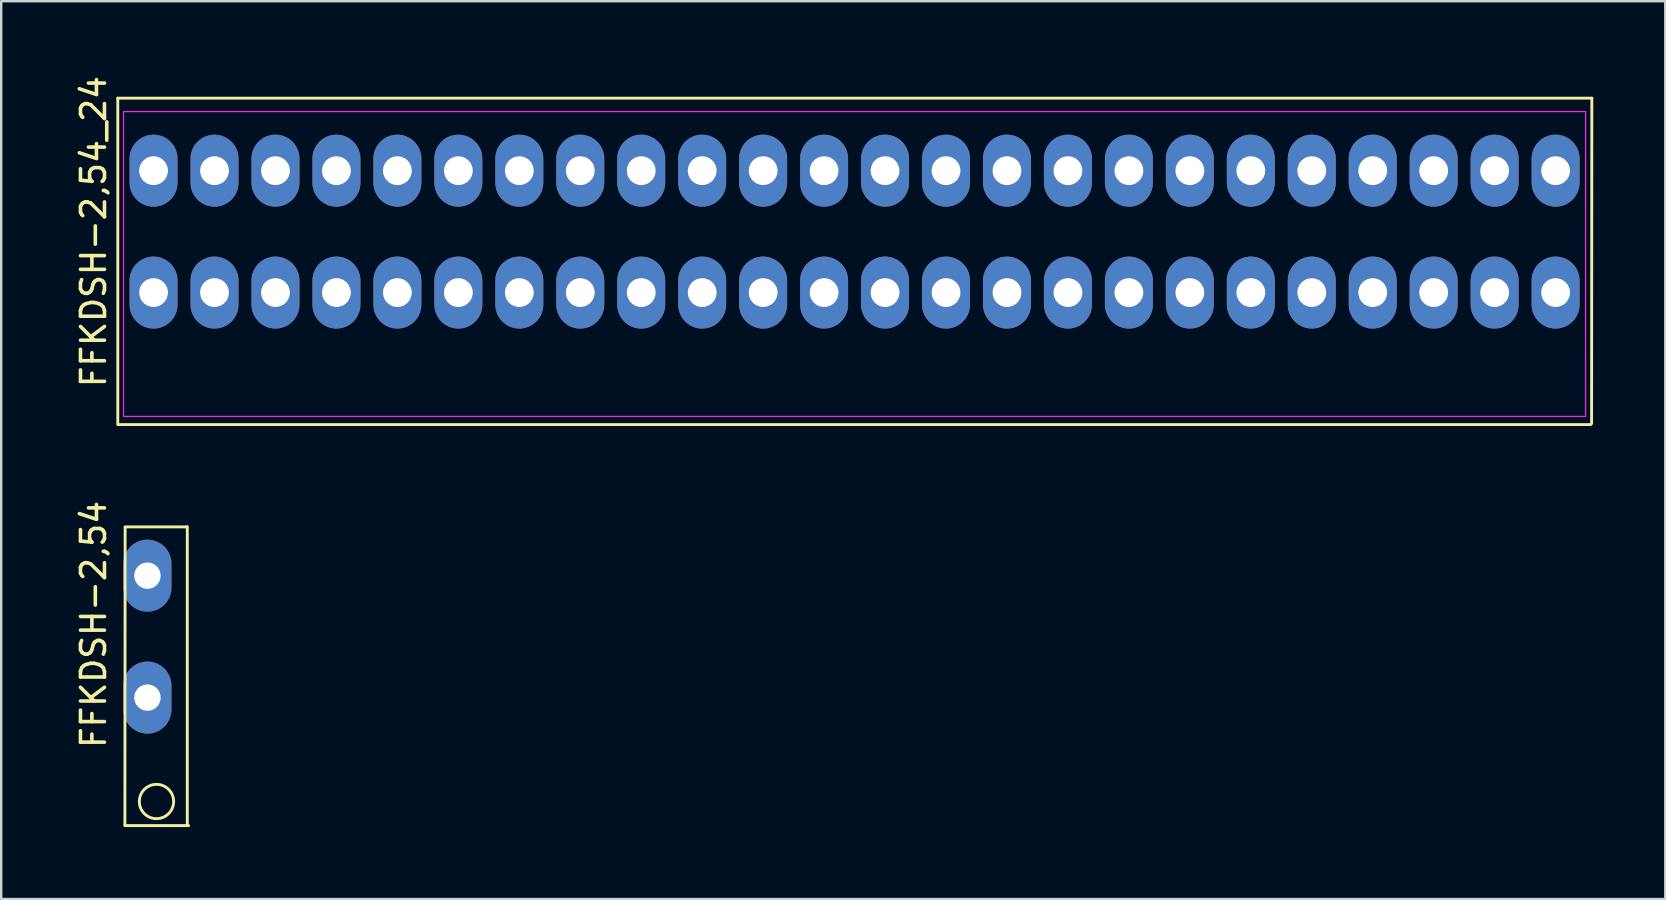
<source format=kicad_pcb>
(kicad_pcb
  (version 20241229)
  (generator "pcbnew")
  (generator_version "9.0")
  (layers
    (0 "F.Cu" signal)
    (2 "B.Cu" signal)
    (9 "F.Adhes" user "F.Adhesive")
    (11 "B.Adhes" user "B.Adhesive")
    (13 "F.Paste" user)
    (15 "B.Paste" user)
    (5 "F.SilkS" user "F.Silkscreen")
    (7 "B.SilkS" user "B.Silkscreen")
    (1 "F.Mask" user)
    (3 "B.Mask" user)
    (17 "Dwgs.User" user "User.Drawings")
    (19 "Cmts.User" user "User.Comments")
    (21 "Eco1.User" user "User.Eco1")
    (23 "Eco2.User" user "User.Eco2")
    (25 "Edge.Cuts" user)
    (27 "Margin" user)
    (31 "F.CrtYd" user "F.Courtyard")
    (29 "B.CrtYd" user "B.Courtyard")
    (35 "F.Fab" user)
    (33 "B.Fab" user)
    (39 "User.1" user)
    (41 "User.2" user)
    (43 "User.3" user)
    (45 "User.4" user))
  (footprint "FFKDSH-2,54"
    (layer "F.Cu")
    (at 3.094 20.937)
    (property "Reference" "FFKDSH-2,54" (at -2.246 2.032 90) (layer "F.SilkS") (effects (font (size 1 1) (thickness 0.15))))
    (attr through_hole)
    (fp_line (start -0.94 10.414) (end 1.716 10.414) (stroke (width 0.12) (type solid)) (layer "F.SilkS"))
    (fp_line (start -0.93 -2.032) (end 1.64 -2.032) (stroke (width 0.12) (type solid)) (layer "F.SilkS"))
    (fp_line (start -0.93 -2.02) (end -0.94 10.4) (stroke (width 0.12) (type solid)) (layer "F.SilkS"))
    (fp_line (start 1.66 -2.04) (end 1.66 10.406) (stroke (width 0.12) (type solid)) (layer "F.SilkS"))
    (fp_circle (center 0.376 9.41) (end 0.456 8.7) (stroke (width 0.12) (type solid)) (fill no) (layer "F.SilkS"))
    (pad "1" thru_hole oval (at 0 0) (size 2 3) (drill 1.1) (layers "*.Cu" "*.Mask"))
    (pad "2" thru_hole oval (at 0 5.08) (size 2 3) (drill 1.1) (layers "*.Cu" "*.Mask")))
  (footprint "FFKDSH-2,54_24"
    (layer "F.Cu")
    (at 32.558 6.601)
    (property "Reference" "FFKDSH-2,54_24" (at -31.71 0 90) (layer "F.SilkS") (effects (font (size 1 1) (thickness 0.15))))
    (attr through_hole)
    (fp_line (start -30.7 -5.56) (end -30.7 8) (stroke (width 0.12) (type solid)) (layer "F.SilkS"))
    (fp_line (start -30.7 8.04) (end 30.67 8.04) (stroke (width 0.12) (type solid)) (layer "F.SilkS"))
    (fp_line (start 30.71 8) (end 30.72 -5.56) (stroke (width 0.12) (type solid)) (layer "F.SilkS"))
    (fp_line (start 30.72 -5.56) (end -30.7 -5.56) (stroke (width 0.12) (type solid)) (layer "F.SilkS"))
    (fp_line (start -30.46 -5) (end 30.46 -5) (stroke (width 0.05) (type solid)) (layer "F.CrtYd"))
    (fp_line (start -30.46 7.7) (end -30.46 -5) (stroke (width 0.05) (type solid)) (layer "F.CrtYd"))
    (fp_line (start 30.46 -5) (end 30.46 7.7) (stroke (width 0.05) (type solid)) (layer "F.CrtYd"))
    (fp_line (start 30.46 7.7) (end -30.46 7.7) (stroke (width 0.05) (type solid)) (layer "F.CrtYd"))
    (pad "1" thru_hole oval (at -29.21 2.54) (size 2 3) (drill 1.2) (layers "*.Cu" "*.Mask"))
    (pad "2" thru_hole oval (at -26.67 2.54) (size 2 3) (drill 1.2) (layers "*.Cu" "*.Mask"))
    (pad "3" thru_hole oval (at -24.13 2.54) (size 2 3) (drill 1.2) (layers "*.Cu" "*.Mask"))
    (pad "4" thru_hole oval (at -21.59 2.54) (size 2 3) (drill 1.2) (layers "*.Cu" "*.Mask"))
    (pad "5" thru_hole oval (at -19.05 2.54) (size 2 3) (drill 1.2) (layers "*.Cu" "*.Mask"))
    (pad "6" thru_hole oval (at -16.51 2.54) (size 2 3) (drill 1.2) (layers "*.Cu" "*.Mask"))
    (pad "7" thru_hole oval (at -13.97 2.54) (size 2 3) (drill 1.2) (layers "*.Cu" "*.Mask"))
    (pad "8" thru_hole oval (at -11.43 2.54) (size 2 3) (drill 1.2) (layers "*.Cu" "*.Mask"))
    (pad "9" thru_hole oval (at -8.89 2.54) (size 2 3) (drill 1.2) (layers "*.Cu" "*.Mask"))
    (pad "10" thru_hole oval (at -6.35 2.54) (size 2 3) (drill 1.2) (layers "*.Cu" "*.Mask"))
    (pad "11" thru_hole oval (at -3.81 2.54) (size 2 3) (drill 1.2) (layers "*.Cu" "*.Mask"))
    (pad "12" thru_hole oval (at -1.27 2.54) (size 2 3) (drill 1.2) (layers "*.Cu" "*.Mask"))
    (pad "13" thru_hole oval (at 1.27 2.54) (size 2 3) (drill 1.2) (layers "*.Cu" "*.Mask"))
    (pad "14" thru_hole oval (at 3.81 2.54) (size 2 3) (drill 1.2) (layers "*.Cu" "*.Mask"))
    (pad "15" thru_hole oval (at 6.35 2.54) (size 2 3) (drill 1.2) (layers "*.Cu" "*.Mask"))
    (pad "16" thru_hole oval (at 8.89 2.54) (size 2 3) (drill 1.2) (layers "*.Cu" "*.Mask"))
    (pad "17" thru_hole oval (at 11.43 2.54) (size 2 3) (drill 1.2) (layers "*.Cu" "*.Mask"))
    (pad "18" thru_hole oval (at 13.97 2.54) (size 2 3) (drill 1.2) (layers "*.Cu" "*.Mask"))
    (pad "19" thru_hole oval (at 16.51 2.54) (size 2 3) (drill 1.2) (layers "*.Cu" "*.Mask"))
    (pad "20" thru_hole oval (at 19.05 2.54) (size 2 3) (drill 1.2) (layers "*.Cu" "*.Mask"))
    (pad "21" thru_hole oval (at 21.59 2.54) (size 2 3) (drill 1.2) (layers "*.Cu" "*.Mask"))
    (pad "22" thru_hole oval (at 24.13 2.54) (size 2 3) (drill 1.2) (layers "*.Cu" "*.Mask"))
    (pad "23" thru_hole oval (at 26.67 2.54) (size 2 3) (drill 1.2) (layers "*.Cu" "*.Mask"))
    (pad "24" thru_hole oval (at 29.21 2.54) (size 2 3) (drill 1.2) (layers "*.Cu" "*.Mask"))
    (pad "25" thru_hole oval (at 29.21 -2.54) (size 2 3) (drill 1.2) (layers "*.Cu" "*.Mask"))
    (pad "26" thru_hole oval (at 26.67 -2.54) (size 2 3) (drill 1.2) (layers "*.Cu" "*.Mask"))
    (pad "27" thru_hole oval (at 24.13 -2.54) (size 2 3) (drill 1.2) (layers "*.Cu" "*.Mask"))
    (pad "28" thru_hole oval (at 21.59 -2.54) (size 2 3) (drill 1.2) (layers "*.Cu" "*.Mask"))
    (pad "29" thru_hole oval (at 19.05 -2.54) (size 2 3) (drill 1.2) (layers "*.Cu" "*.Mask"))
    (pad "30" thru_hole oval (at 16.51 -2.54) (size 2 3) (drill 1.2) (layers "*.Cu" "*.Mask"))
    (pad "31" thru_hole oval (at 13.97 -2.54) (size 2 3) (drill 1.2) (layers "*.Cu" "*.Mask"))
    (pad "32" thru_hole oval (at 11.43 -2.54) (size 2 3) (drill 1.2) (layers "*.Cu" "*.Mask"))
    (pad "33" thru_hole oval (at 8.89 -2.54) (size 2 3) (drill 1.2) (layers "*.Cu" "*.Mask"))
    (pad "34" thru_hole oval (at 6.35 -2.54) (size 2 3) (drill 1.2) (layers "*.Cu" "*.Mask"))
    (pad "35" thru_hole oval (at 3.81 -2.54) (size 2 3) (drill 1.2) (layers "*.Cu" "*.Mask"))
    (pad "36" thru_hole oval (at 1.27 -2.54) (size 2 3) (drill 1.2) (layers "*.Cu" "*.Mask"))
    (pad "37" thru_hole oval (at -1.27 -2.54) (size 2 3) (drill 1.2) (layers "*.Cu" "*.Mask"))
    (pad "38" thru_hole oval (at -3.81 -2.54) (size 2 3) (drill 1.2) (layers "*.Cu" "*.Mask"))
    (pad "39" thru_hole oval (at -6.35 -2.54) (size 2 3) (drill 1.2) (layers "*.Cu" "*.Mask"))
    (pad "40" thru_hole oval (at -8.89 -2.54) (size 2 3) (drill 1.2) (layers "*.Cu" "*.Mask"))
    (pad "41" thru_hole oval (at -11.43 -2.54) (size 2 3) (drill 1.2) (layers "*.Cu" "*.Mask"))
    (pad "42" thru_hole oval (at -13.97 -2.54) (size 2 3) (drill 1.2) (layers "*.Cu" "*.Mask"))
    (pad "43" thru_hole oval (at -16.51 -2.54) (size 2 3) (drill 1.2) (layers "*.Cu" "*.Mask"))
    (pad "44" thru_hole oval (at -19.05 -2.54) (size 2 3) (drill 1.2) (layers "*.Cu" "*.Mask"))
    (pad "45" thru_hole oval (at -21.59 -2.54) (size 2 3) (drill 1.2) (layers "*.Cu" "*.Mask"))
    (pad "46" thru_hole oval (at -24.13 -2.54) (size 2 3) (drill 1.2) (layers "*.Cu" "*.Mask"))
    (pad "47" thru_hole oval (at -26.67 -2.54) (size 2 3) (drill 1.2) (layers "*.Cu" "*.Mask"))
    (pad "48" thru_hole oval (at -29.21 -2.54) (size 2 3) (drill 1.2) (layers "*.Cu" "*.Mask")))
  (gr_rect
    (start -3 -3)
    (end 66.338 34.411)
    (stroke (width 0.1) (type default))
    (fill no)
    (layer "Edge.Cuts")))
</source>
